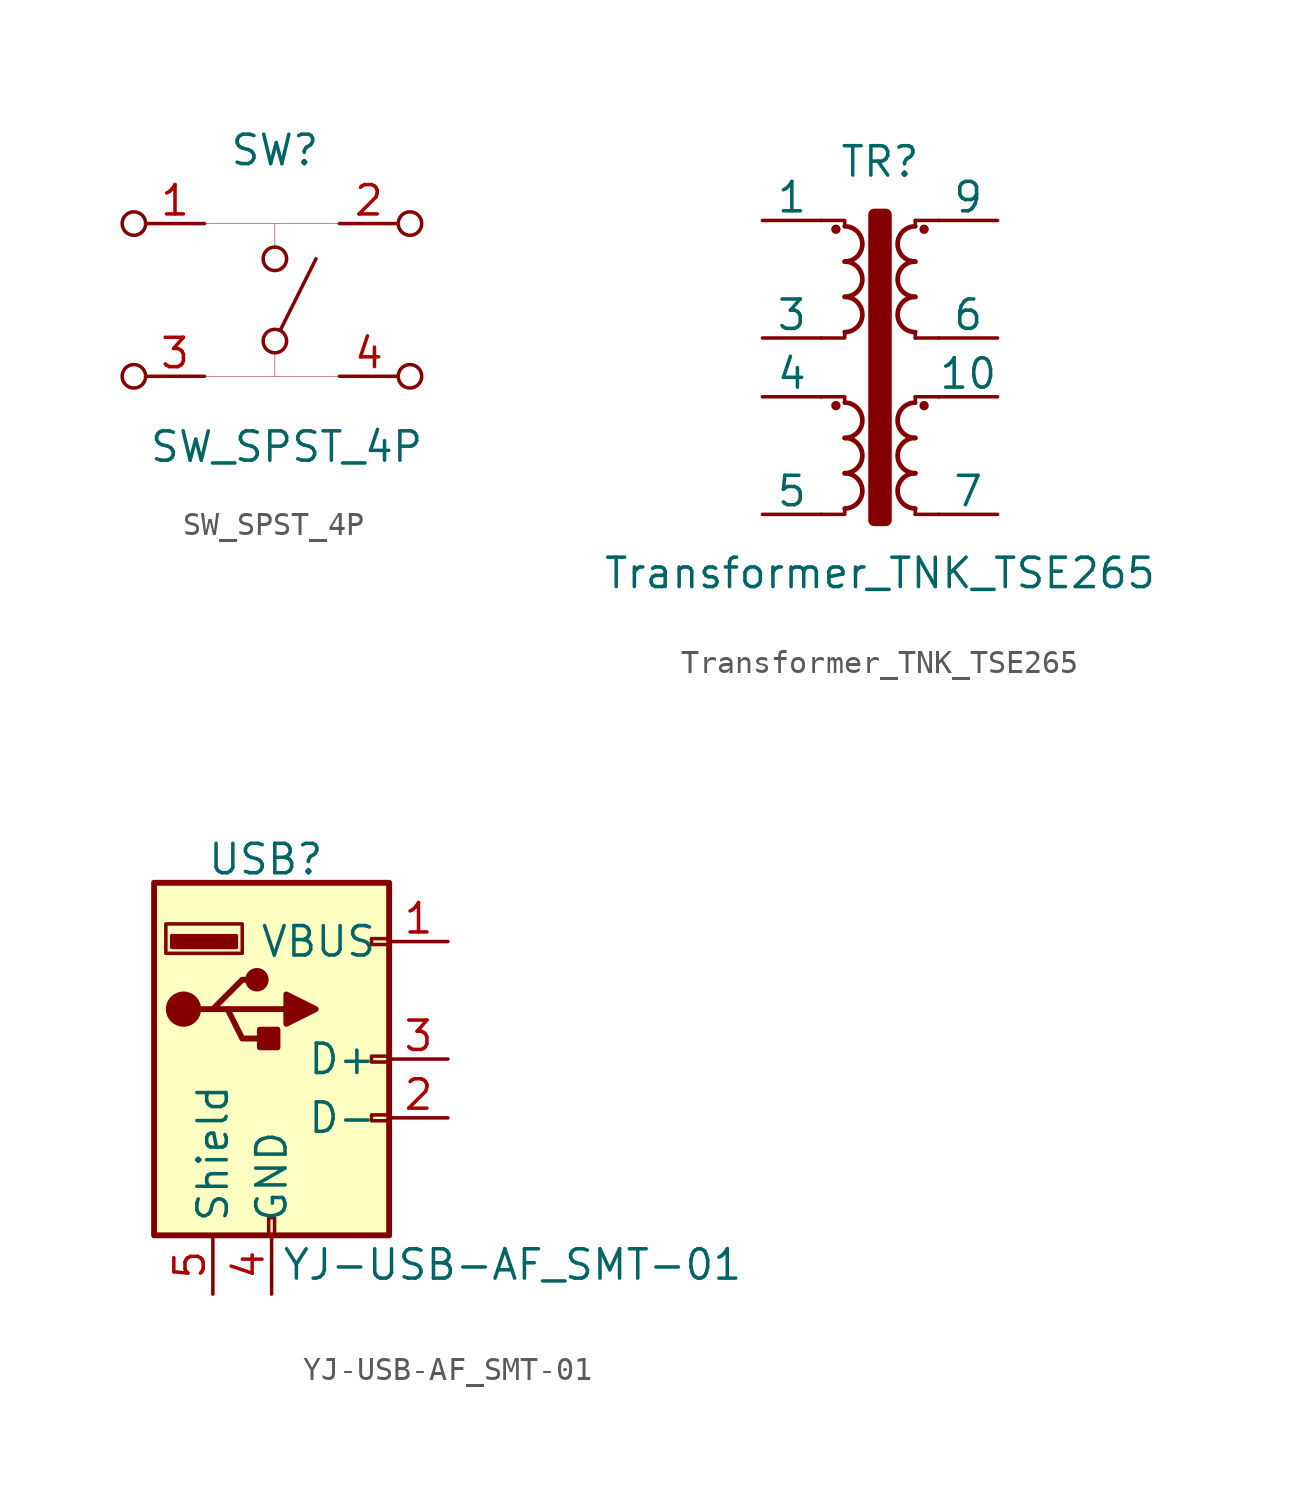
<source format=kicad_sym>
(kicad_symbol_lib
  (version 20200908)
  (generator kicad_symbol_editor)
  (symbol "Scott:SW_SPST_4P"
    (pin_names
      (offset 0) hide)
    (property "Reference" "SW"
      (at 0 3.175 0)
      (effects (font (size 1.27 1.27))))
    (property "Value" "SW_SPST_4P"
      (at 0.508 -9.652 0)
      (effects (font (size 1.27 1.27))))
    (symbol "SW_SPST_4P_0_0"
      (circle (center 0 -5.08) (radius 0.508) (stroke (width 0)) (fill (type none)))
      (circle (center -6.096 0) (radius 0.508) (stroke (width 0)) (fill (type none)))
      (circle (center 5.842 -6.604) (radius 0.508) (stroke (width 0)) (fill (type none)))
      (circle (center -6.096 -6.604) (radius 0.508) (stroke (width 0)) (fill (type none)))
      (circle (center 0 -1.524) (radius 0.508) (stroke (width 0)) (fill (type none)))
      (circle (center 5.842 0) (radius 0.508) (stroke (width 0)) (fill (type none)))
      (polyline (pts (xy 0.254 -4.572) (xy 1.778 -1.524)) (stroke (width 0)) (fill (type none)))
      (pin passive line (at -5.588 -6.604 0) (length 2.54) (name "A'" (effects (font (size 1.27 1.27)))) (number "3" (effects (font (size 1.27 1.27)))))
      (pin passive line (at 5.334 -6.604 180) (length 2.54) (name "B'" (effects (font (size 1.27 1.27)))) (number "4" (effects (font (size 1.27 1.27))))))
    (symbol "SW_SPST_4P_0_1"
      (polyline (pts (xy -3.048 0) (xy 2.794 0)) (stroke (width 0.001)) (fill (type none)))
      (polyline (pts (xy 0 -1.016) (xy 0 0)) (stroke (width 0.001)) (fill (type none)))
      (polyline (pts (xy 0 -6.604) (xy 0 -5.588)) (stroke (width 0.001)) (fill (type none)))
      (polyline (pts (xy -3.048 -6.604) (xy 2.794 -6.604)) (stroke (width 0.001)) (fill (type none))))
    (symbol "SW_SPST_4P_1_1"
      (pin passive line (at -5.588 0 0) (length 2.54) (name "A" (effects (font (size 1.27 1.27)))) (number "1" (effects (font (size 1.27 1.27)))))
      (pin passive line (at 5.334 0 180) (length 2.54) (name "B" (effects (font (size 1.27 1.27)))) (number "2" (effects (font (size 1.27 1.27)))))))
  (symbol "Scott:Transformer_TNK_TSE265"
    (pin_numbers hide)
    (pin_names
      (offset 0))
    (property "Reference" "TR"
      (at 0 10.16 0)
      (effects (font (size 1.27 1.27))))
    (property "Value" "Transformer_TNK_TSE265"
      (at 0 -7.62 0)
      (effects (font (size 1.27 1.27))))
    (symbol "Transformer_TNK_TSE265_0_1"
      (arc (start -1.524 -4.826) (end -1.524 -3.302) (radius (at -1.524 -4.064) (length 0.762) (angles -89.9 89.9)) (stroke (width 0.2032)) (fill (type none)))
      (arc (start -1.524 -3.302) (end -1.524 -1.778) (radius (at -1.524 -2.54) (length 0.762) (angles -89.9 89.9)) (stroke (width 0.2032)) (fill (type none)))
      (arc (start -1.524 -1.778) (end -1.524 -0.254) (radius (at -1.524 -1.016) (length 0.762) (angles -89.9 89.9)) (stroke (width 0.2032)) (fill (type none)))
      (arc (start -1.524 2.794) (end -1.524 4.318) (radius (at -1.524 3.556) (length 0.762) (angles -89.9 89.9)) (stroke (width 0.2032)) (fill (type none)))
      (arc (start -1.524 4.318) (end -1.524 5.842) (radius (at -1.524 5.08) (length 0.762) (angles -89.9 89.9)) (stroke (width 0.2032)) (fill (type none)))
      (arc (start -1.524 5.842) (end -1.524 7.366) (radius (at -1.524 6.604) (length 0.762) (angles -89.9 89.9)) (stroke (width 0.2032)) (fill (type none)))
      (arc (start 1.524 -3.302) (end 1.524 -4.826) (radius (at 1.524 -4.064) (length 0.762) (angles 90.1 -90.1)) (stroke (width 0.2032)) (fill (type none)))
      (arc (start 1.524 -1.778) (end 1.524 -3.302) (radius (at 1.524 -2.54) (length 0.762) (angles 90.1 -90.1)) (stroke (width 0.2032)) (fill (type none)))
      (arc (start 1.524 -0.254) (end 1.524 -1.778) (radius (at 1.524 -1.016) (length 0.762) (angles 90.1 -90.1)) (stroke (width 0.2032)) (fill (type none)))
      (arc (start 1.524 4.318) (end 1.524 2.794) (radius (at 1.524 3.556) (length 0.762) (angles 90.1 -90.1)) (stroke (width 0.2032)) (fill (type none)))
      (arc (start 1.524 5.842) (end 1.524 4.318) (radius (at 1.524 5.08) (length 0.762) (angles 90.1 -90.1)) (stroke (width 0.2032)) (fill (type none)))
      (arc (start 1.524 7.366) (end 1.524 5.842) (radius (at 1.524 6.604) (length 0.762) (angles 90.1 -90.1)) (stroke (width 0.2032)) (fill (type none)))
      (circle (center -1.905 -0.381) (radius 0.127) (stroke (width 0)) (fill (type outline)))
      (circle (center -1.905 7.239) (radius 0.127) (stroke (width 0)) (fill (type outline)))
      (circle (center 1.905 -0.381) (radius 0.127) (stroke (width 0)) (fill (type outline)))
      (circle (center 1.905 7.239) (radius 0.127) (stroke (width 0)) (fill (type outline)))
      (rectangle (start -0.254 7.874) (end 0.254 -5.334) (stroke (width 0.508)) (fill (type outline)))
      (polyline (pts (xy 1.524 -4.826) (xy 1.524 -5.08) (xy 1.524 -5.08)) (stroke (width 0)) (fill (type outline)))
      (polyline (pts (xy 1.524 0) (xy 1.524 -0.254) (xy 1.524 -0.254)) (stroke (width 0)) (fill (type outline)))
      (polyline (pts (xy 1.524 0) (xy 2.54 0) (xy 2.54 0)) (stroke (width 0)) (fill (type none)))
      (polyline (pts (xy 1.524 2.54) (xy 1.524 2.794) (xy 1.524 2.794)) (stroke (width 0)) (fill (type outline)))
      (polyline (pts (xy 1.524 2.54) (xy 2.54 2.54) (xy 2.54 2.54)) (stroke (width 0)) (fill (type none)))
      (polyline (pts (xy 1.524 7.62) (xy 1.524 7.366) (xy 1.524 7.366)) (stroke (width 0)) (fill (type outline)))
      (polyline (pts (xy 1.524 7.62) (xy 2.54 7.62) (xy 2.54 7.62)) (stroke (width 0)) (fill (type none)))
      (polyline (pts (xy 2.54 -5.08) (xy 1.524 -5.08) (xy 1.524 -5.08)) (stroke (width 0)) (fill (type none)))
      (polyline (pts (xy -1.524 -4.826) (xy -1.524 -5.08) (xy -2.54 -5.08) (xy -2.54 -5.08)) (stroke (width 0)) (fill (type none)))
      (polyline (pts (xy -1.524 -0.254) (xy -1.524 0) (xy -2.54 0) (xy -2.54 0)) (stroke (width 0)) (fill (type none)))
      (polyline (pts (xy -1.524 2.794) (xy -1.524 2.54) (xy -2.54 2.54) (xy -2.54 2.54)) (stroke (width 0)) (fill (type none)))
      (polyline (pts (xy -1.524 7.366) (xy -1.524 7.62) (xy -2.54 7.62) (xy -2.54 7.62)) (stroke (width 0)) (fill (type none))))
    (symbol "Transformer_TNK_TSE265_1_1"
      (pin passive line (at -5.08 7.62 0) (length 2.54) (name "1" (effects (font (size 1.27 1.27)))) (number "1" (effects (font (size 1.27 1.27)))))
      (pin passive line (at 5.08 0 180) (length 2.54) (name "10" (effects (font (size 1.27 1.27)))) (number "10" (effects (font (size 1.27 1.27)))))
      (pin passive line (at -5.08 2.54 0) (length 2.54) (name "3" (effects (font (size 1.27 1.27)))) (number "3" (effects (font (size 1.27 1.27)))))
      (pin passive line (at -5.08 0 0) (length 2.54) (name "4" (effects (font (size 1.27 1.27)))) (number "4" (effects (font (size 1.27 1.27)))))
      (pin passive line (at -5.08 -5.08 0) (length 2.54) (name "5" (effects (font (size 1.27 1.27)))) (number "5" (effects (font (size 1.27 1.27)))))
      (pin passive line (at 5.08 2.54 180) (length 2.54) (name "6" (effects (font (size 1.27 1.27)))) (number "6" (effects (font (size 1.27 1.27)))))
      (pin passive line (at 5.08 -5.08 180) (length 2.54) (name "7" (effects (font (size 1.27 1.27)))) (number "7" (effects (font (size 1.27 1.27)))))
      (pin passive line (at 5.08 7.62 180) (length 2.54) (name "9" (effects (font (size 1.27 1.27)))) (number "9" (effects (font (size 1.27 1.27)))))))
  (symbol "Scott:YJ-USB-AF_SMT-01"
    (property "Reference" "USB"
      (at -0.254 8.636 0)
      (effects (font (size 1.27 1.27))))
    (property "Value" "YJ-USB-AF_SMT-01"
      (at 10.414 -8.89 0)
      (effects (font (size 1.27 1.27))))
    (symbol "YJ-USB-AF_SMT-01_1_1"
      (circle (center -3.81 2.159) (radius 0.635) (stroke (width 0.254)) (fill (type outline)))
      (circle (center -0.635 3.429) (radius 0.381) (stroke (width 0.254)) (fill (type outline)))
      (rectangle (start -5.08 -7.62) (end 5.08 7.62) (stroke (width 0.254)) (fill (type background)))
      (rectangle (start -1.524 4.826) (end -4.318 5.334) (stroke (width 0)) (fill (type outline)))
      (rectangle (start -1.27 4.572) (end -4.572 5.842) (stroke (width 0)) (fill (type none)))
      (rectangle (start -0.127 -7.62) (end 0.127 -6.858) (stroke (width 0)) (fill (type none)))
      (rectangle (start 0.254 1.27) (end -0.508 0.508) (stroke (width 0.254)) (fill (type outline)))
      (rectangle (start 5.08 -2.667) (end 4.318 -2.413) (stroke (width 0)) (fill (type none)))
      (rectangle (start 5.08 -0.127) (end 4.318 0.127) (stroke (width 0)) (fill (type none)))
      (rectangle (start 5.08 4.953) (end 4.318 5.207) (stroke (width 0)) (fill (type none)))
      (polyline (pts (xy -1.905 2.159) (xy 0.635 2.159)) (stroke (width 0.254)) (fill (type none)))
      (polyline (pts (xy -3.175 2.159) (xy -2.54 2.159) (xy -1.27 3.429) (xy -0.635 3.429)) (stroke (width 0.254)) (fill (type none)))
      (polyline (pts (xy -2.54 2.159) (xy -1.905 2.159) (xy -1.27 0.889) (xy 0 0.889)) (stroke (width 0.254)) (fill (type none)))
      (polyline (pts (xy 0.635 2.794) (xy 0.635 1.524) (xy 1.905 2.159) (xy 0.635 2.794)) (stroke (width 0.254)) (fill (type outline)))
      (pin power_in line (at 7.62 5.08 180) (length 2.54) (name "VBUS" (effects (font (size 1.27 1.27)))) (number "1" (effects (font (size 1.27 1.27)))))
      (pin passive line (at 7.62 -2.54 180) (length 2.54) (name "D-" (effects (font (size 1.27 1.27)))) (number "2" (effects (font (size 1.27 1.27)))))
      (pin passive line (at 7.62 0 180) (length 2.54) (name "D+" (effects (font (size 1.27 1.27)))) (number "3" (effects (font (size 1.27 1.27)))))
      (pin power_in line (at 0 -10.16 90) (length 2.54) (name "GND" (effects (font (size 1.27 1.27)))) (number "4" (effects (font (size 1.27 1.27)))))
      (pin passive line (at -2.54 -10.16 90) (length 2.54) (name "Shield" (effects (font (size 1.27 1.27)))) (number "5" (effects (font (size 1.27 1.27))))))))
</source>
